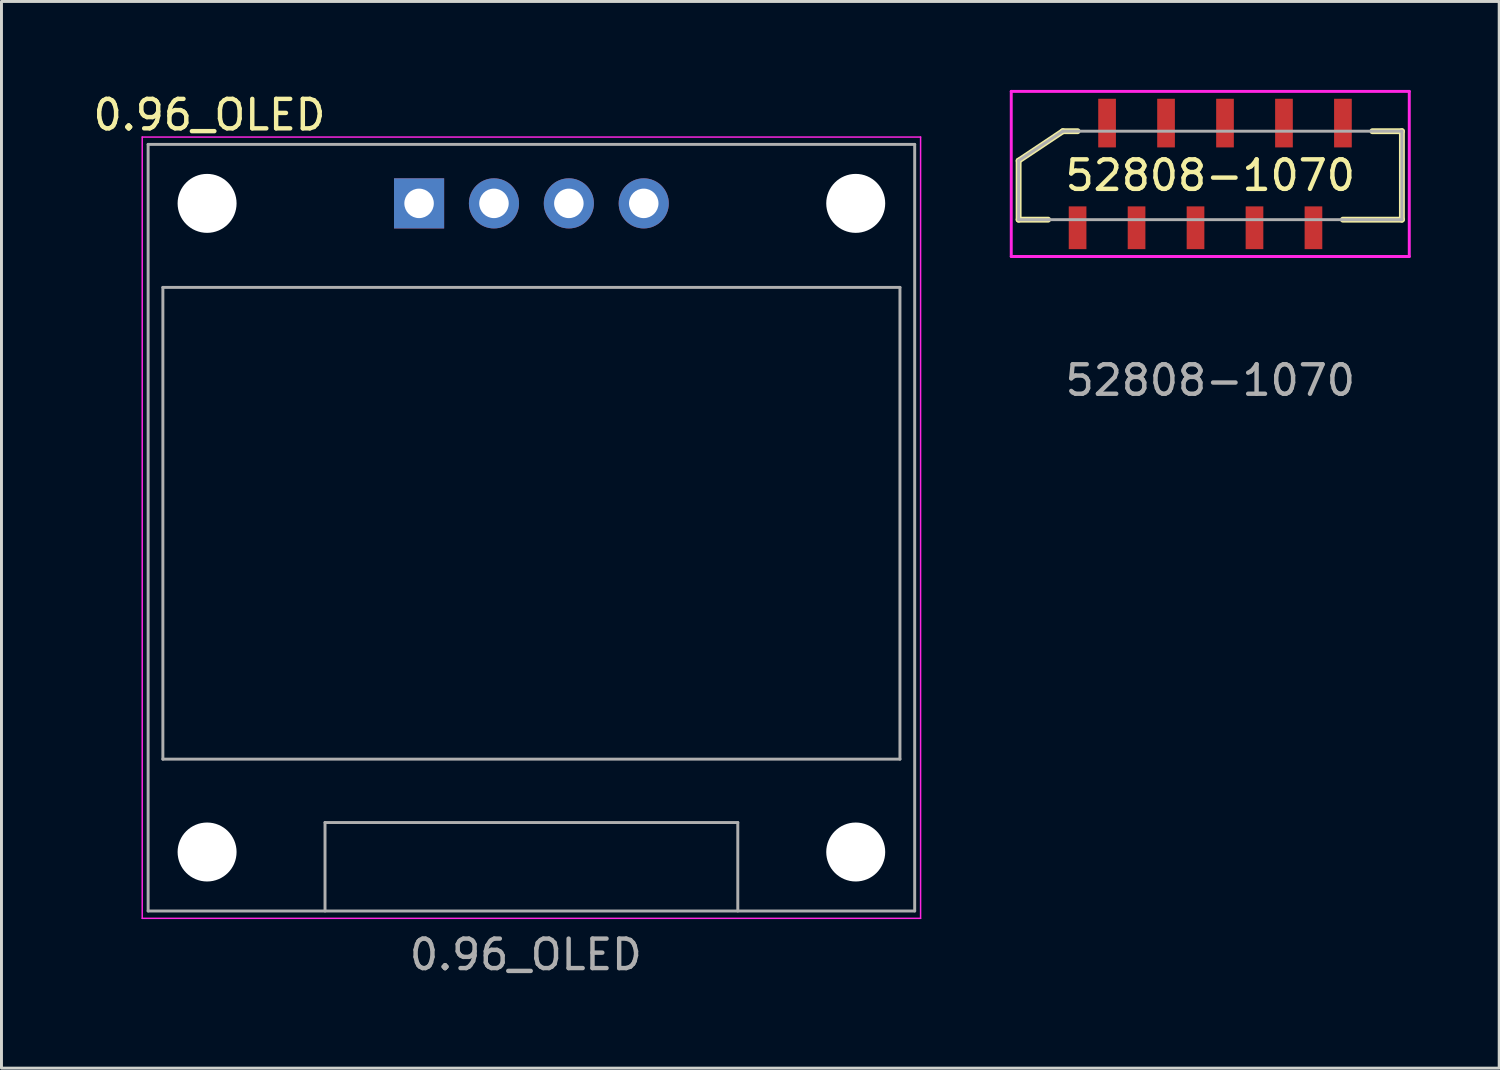
<source format=kicad_pcb>
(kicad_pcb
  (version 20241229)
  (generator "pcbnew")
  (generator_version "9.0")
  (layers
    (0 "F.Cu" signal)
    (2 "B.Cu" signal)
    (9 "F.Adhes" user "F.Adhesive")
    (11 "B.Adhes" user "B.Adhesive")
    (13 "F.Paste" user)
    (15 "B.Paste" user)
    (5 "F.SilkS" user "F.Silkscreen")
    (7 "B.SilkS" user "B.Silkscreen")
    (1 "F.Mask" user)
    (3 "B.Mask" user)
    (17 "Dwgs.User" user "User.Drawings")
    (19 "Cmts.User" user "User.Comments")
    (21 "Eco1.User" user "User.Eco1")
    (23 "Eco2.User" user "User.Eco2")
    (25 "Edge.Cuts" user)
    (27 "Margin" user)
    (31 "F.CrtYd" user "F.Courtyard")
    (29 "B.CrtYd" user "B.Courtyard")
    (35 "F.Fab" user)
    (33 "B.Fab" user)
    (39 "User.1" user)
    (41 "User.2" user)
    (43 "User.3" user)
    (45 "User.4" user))
  (footprint "52808-1070"
    (layer "F.Cu")
    (at 37.999 2.9)
    (property "Reference" "52808-1070" (at 0 0 0) (layer "F.SilkS") (effects (font (size 1 1) (thickness 0.15))))
    (attr smd)
    (fp_line (start -6.5 -0.5) (end -6.5 1.5) (stroke (width 0.2) (type solid)) (layer "F.SilkS"))
    (fp_line (start -6.5 1.5) (end -5.5 1.5) (stroke (width 0.2) (type solid)) (layer "F.SilkS"))
    (fp_line (start -5 -1.5) (end -6.5 -0.5) (stroke (width 0.2) (type solid)) (layer "F.SilkS"))
    (fp_line (start -4.5 -1.5) (end -5 -1.5) (stroke (width 0.2) (type solid)) (layer "F.SilkS"))
    (fp_line (start 4.5 1.5) (end 6.5 1.5) (stroke (width 0.2) (type solid)) (layer "F.SilkS"))
    (fp_line (start 6.5 -1.5) (end 5.5 -1.5) (stroke (width 0.2) (type solid)) (layer "F.SilkS"))
    (fp_line (start 6.5 1.5) (end 6.5 -1.5) (stroke (width 0.2) (type solid)) (layer "F.SilkS"))
    (fp_line (start -6.75 -2.85) (end 6.75 -2.85) (stroke (width 0.1) (type solid)) (layer "F.CrtYd"))
    (fp_line (start -6.75 2.75) (end -6.75 -2.85) (stroke (width 0.1) (type solid)) (layer "F.CrtYd"))
    (fp_line (start 6.75 -2.85) (end 6.75 2.75) (stroke (width 0.1) (type solid)) (layer "F.CrtYd"))
    (fp_line (start 6.75 2.75) (end -6.75 2.75) (stroke (width 0.1) (type solid)) (layer "F.CrtYd"))
    (fp_line (start -6.5 -0.5) (end -6.5 1.5) (stroke (width 0.1) (type solid)) (layer "F.Fab"))
    (fp_line (start -6.5 1.5) (end 6.5 1.5) (stroke (width 0.1) (type solid)) (layer "F.Fab"))
    (fp_line (start -5 -1.5) (end -6.5 -0.5) (stroke (width 0.1) (type solid)) (layer "F.Fab"))
    (fp_line (start 6.5 -1.5) (end -5 -1.5) (stroke (width 0.1) (type solid)) (layer "F.Fab"))
    (fp_line (start 6.5 1.5) (end 6.5 -1.5) (stroke (width 0.1) (type solid)) (layer "F.Fab"))
    (fp_text user "${REFERENCE}" (at 0 6.95 0) (layer "F.Fab") (effects (font (size 1 1) (thickness 0.15))))
    (pad "1" smd rect (at -4.5 1.775) (size 0.6 1.45) (layers "F.Cu" "F.Mask" "F.Paste"))
    (pad "2" smd rect (at -3.5 -1.775) (size 0.6 1.65) (layers "F.Cu" "F.Mask" "F.Paste"))
    (pad "3" smd rect (at -2.5 1.775) (size 0.6 1.45) (layers "F.Cu" "F.Mask" "F.Paste"))
    (pad "4" smd rect (at -1.5 -1.775) (size 0.6 1.65) (layers "F.Cu" "F.Mask" "F.Paste"))
    (pad "5" smd rect (at -0.5 1.775) (size 0.6 1.45) (layers "F.Cu" "F.Mask" "F.Paste"))
    (pad "6" smd rect (at 0.5 -1.775) (size 0.6 1.65) (layers "F.Cu" "F.Mask" "F.Paste"))
    (pad "7" smd rect (at 1.5 1.775) (size 0.6 1.45) (layers "F.Cu" "F.Mask" "F.Paste"))
    (pad "8" smd rect (at 2.5 -1.775) (size 0.6 1.65) (layers "F.Cu" "F.Mask" "F.Paste"))
    (pad "9" smd rect (at 3.5 1.775) (size 0.6 1.45) (layers "F.Cu" "F.Mask" "F.Paste"))
    (pad "10" smd rect (at 4.5 -1.775) (size 0.6 1.65) (layers "F.Cu" "F.Mask" "F.Paste")))
  (footprint "0.96_OLED"
    (layer "F.Cu")
    (at 11.164 3.848)
    (property "Reference" "0.96_OLED" (at -7.11 -3 0) (layer "F.SilkS") (effects (font (size 1 1) (thickness 0.15))))
    (attr through_hole)
    (fp_line (start -9.39 -2.25) (end -9.39 24.25) (stroke (width 0.05) (type default)) (layer "F.CrtYd"))
    (fp_line (start 17.01 -2.25) (end -9.39 -2.25) (stroke (width 0.05) (type solid)) (layer "F.CrtYd"))
    (fp_line (start 17.01 24.25) (end -9.39 24.25) (stroke (width 0.05) (type solid)) (layer "F.CrtYd"))
    (fp_line (start 17.01 24.25) (end 17.01 -2.25) (stroke (width 0.05) (type default)) (layer "F.CrtYd"))
    (fp_line (start -9.19 24) (end -9.19 -2) (stroke (width 0.1) (type default)) (layer "F.Fab"))
    (fp_line (start -8.69 2.85) (end -8.69 18.85) (stroke (width 0.1) (type solid)) (layer "F.Fab"))
    (fp_line (start -8.69 2.85) (end 16.31 2.85) (stroke (width 0.1) (type solid)) (layer "F.Fab"))
    (fp_line (start -8.69 18.85) (end 16.31 18.85) (stroke (width 0.1) (type solid)) (layer "F.Fab"))
    (fp_line (start -3.19 21) (end -3.19 24) (stroke (width 0.1) (type default)) (layer "F.Fab"))
    (fp_line (start 10.81 21) (end -3.19 21) (stroke (width 0.1) (type solid)) (layer "F.Fab"))
    (fp_line (start 10.81 21) (end 10.81 24) (stroke (width 0.1) (type default)) (layer "F.Fab"))
    (fp_line (start 16.31 2.85) (end 16.31 18.85) (stroke (width 0.1) (type solid)) (layer "F.Fab"))
    (fp_line (start 16.81 -2) (end -9.19 -2) (stroke (width 0.1) (type solid)) (layer "F.Fab"))
    (fp_line (start 16.81 -2) (end 16.81 24) (stroke (width 0.1) (type default)) (layer "F.Fab"))
    (fp_line (start 16.81 24) (end -9.19 24) (stroke (width 0.1) (type default)) (layer "F.Fab"))
    (fp_text user "${REFERENCE}" (at 3.62 25.482 0) (layer "F.Fab") (effects (font (size 1 1) (thickness 0.15))))
    (pad "" np_thru_hole circle (at -7.19 0) (size 2 2) (drill 2) (layers "*.Cu" "*.Mask"))
    (pad "" np_thru_hole circle (at -7.19 22) (size 2 2) (drill 2) (layers "*.Cu" "*.Mask"))
    (pad "" np_thru_hole circle (at 14.81 0) (size 2 2) (drill 2) (layers "*.Cu" "*.Mask"))
    (pad "" np_thru_hole circle (at 14.81 22) (size 2 2) (drill 2) (layers "*.Cu" "*.Mask"))
    (pad "1" thru_hole rect (at 0 0) (size 1.7 1.7) (drill 1) (layers "*.Cu" "*.Mask"))
    (pad "2" thru_hole circle (at 2.54 0) (size 1.7 1.7) (drill 1) (layers "*.Cu" "*.Mask"))
    (pad "3" thru_hole circle (at 5.08 0) (size 1.7 1.7) (drill 1) (layers "*.Cu" "*.Mask"))
    (pad "4" thru_hole circle (at 7.62 0) (size 1.7 1.7) (drill 1) (layers "*.Cu" "*.Mask")))
  (gr_rect
    (start -3 -3)
    (end 47.799 33.178)
    (stroke (width 0.1) (type default))
    (fill no)
    (layer "Edge.Cuts")))
</source>
